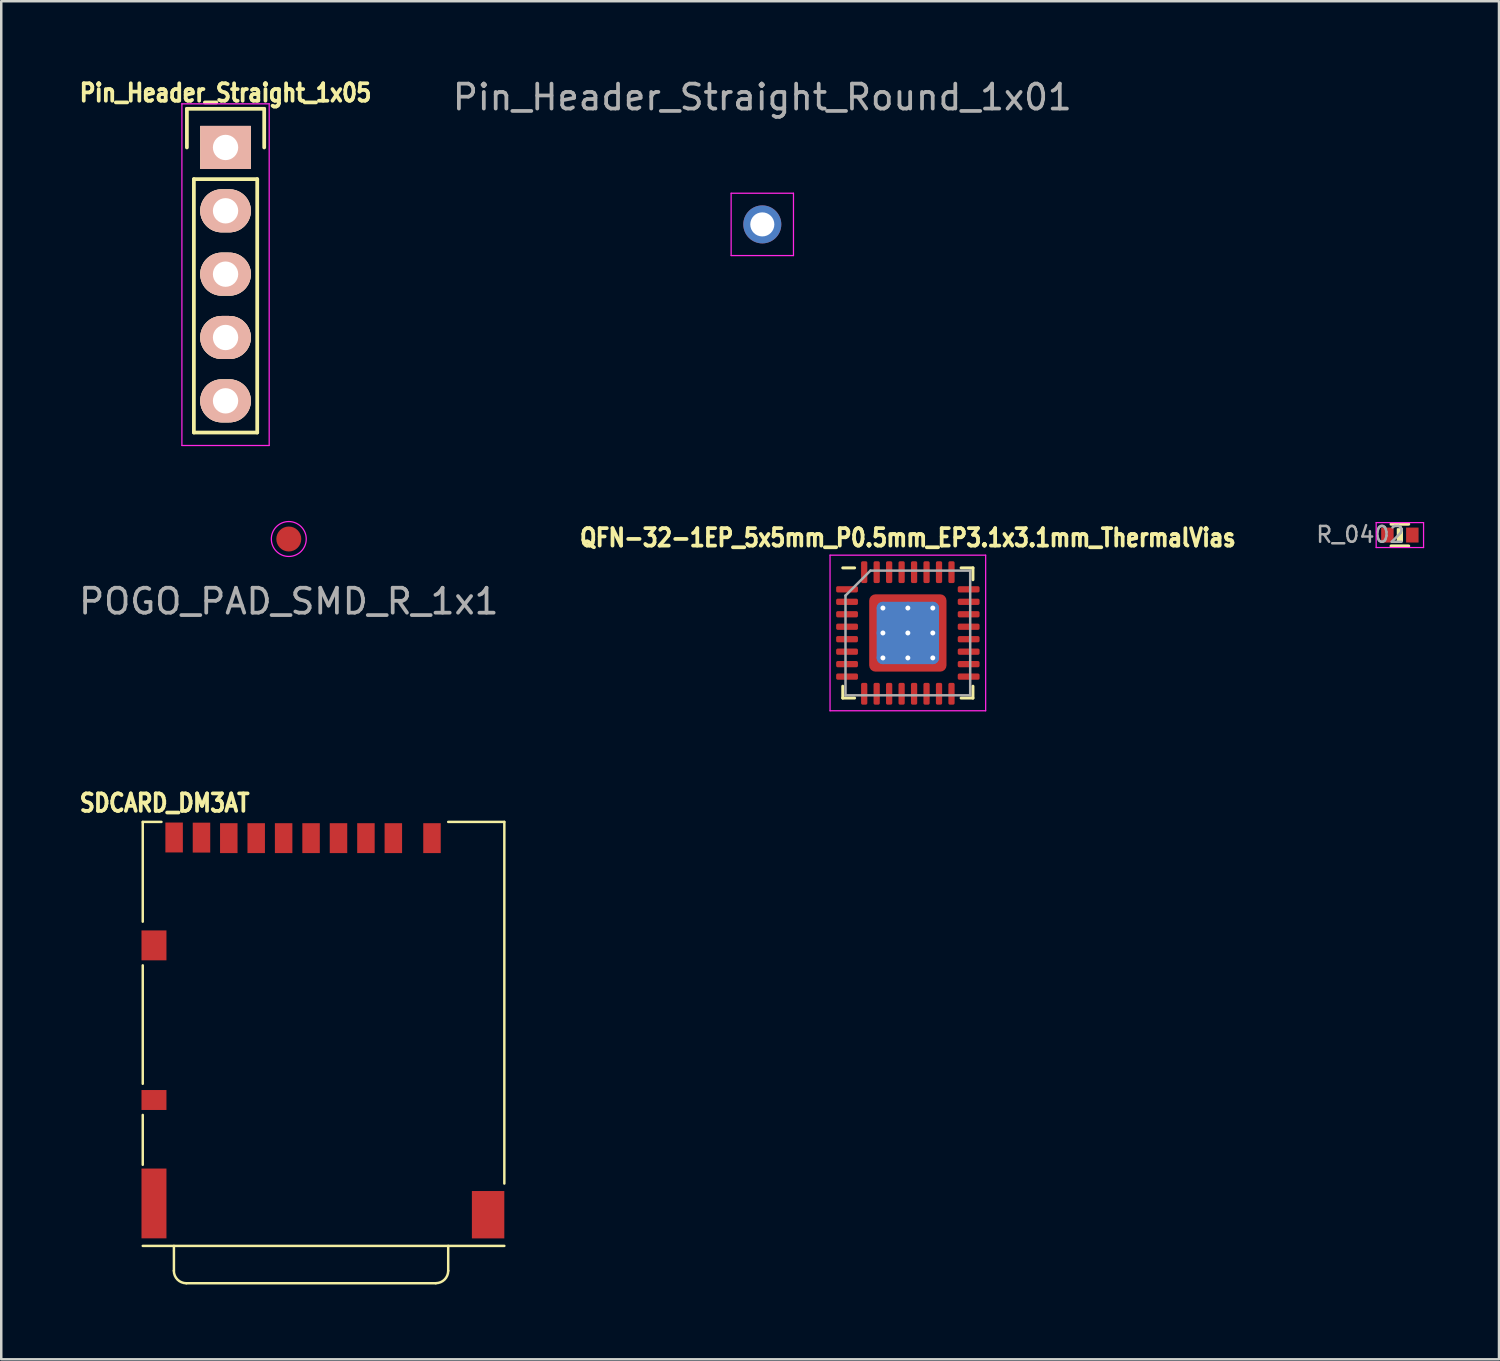
<source format=kicad_pcb>
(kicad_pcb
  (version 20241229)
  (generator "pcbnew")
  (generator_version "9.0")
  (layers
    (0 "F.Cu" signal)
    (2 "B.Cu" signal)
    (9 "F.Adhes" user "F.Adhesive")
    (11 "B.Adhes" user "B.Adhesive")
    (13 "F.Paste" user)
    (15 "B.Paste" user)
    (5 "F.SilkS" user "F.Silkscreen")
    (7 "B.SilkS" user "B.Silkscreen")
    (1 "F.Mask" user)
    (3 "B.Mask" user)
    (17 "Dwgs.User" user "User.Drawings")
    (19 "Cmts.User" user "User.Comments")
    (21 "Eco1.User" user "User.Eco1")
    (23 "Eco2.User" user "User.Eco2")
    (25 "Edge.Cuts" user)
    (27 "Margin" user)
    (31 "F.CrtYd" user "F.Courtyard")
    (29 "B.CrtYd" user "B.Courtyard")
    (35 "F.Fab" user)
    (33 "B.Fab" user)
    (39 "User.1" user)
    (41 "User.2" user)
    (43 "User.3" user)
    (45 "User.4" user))
  (footprint "Pin_Header_Straight_Round_1x01"
    (layer "F.Cu")
    (at 27.517 5.948)
    (property "Reference" "Pin_Header_Straight_Round_1x01" (at 0 -5.1 0) (layer "F.Fab") (effects (font (size 1 1) (thickness 0.15))))
    (attr through_hole)
    (fp_line (start -1.25 -1.25) (end -1.25 1.25) (stroke (width 0.05) (type solid)) (layer "F.CrtYd"))
    (fp_line (start -1.25 -1.25) (end 1.25 -1.25) (stroke (width 0.05) (type solid)) (layer "F.CrtYd"))
    (fp_line (start -1.25 1.25) (end 1.25 1.25) (stroke (width 0.05) (type solid)) (layer "F.CrtYd"))
    (fp_line (start 1.25 -1.25) (end 1.25 1.25) (stroke (width 0.05) (type solid)) (layer "F.CrtYd"))
    (pad "1" thru_hole circle (at 0 0) (size 1.524 1.524) (drill 0.965) (layers "*.Cu" "*.Mask")))
  (footprint "POGO_PAD_SMD_R_1x1"
    (layer "F.Cu")
    (at 8.53 18.563)
    (property "Reference" "POGO_PAD_SMD_R_1x1" (at 0 2.5 0) (layer "F.Fab") (effects (font (size 1 1) (thickness 0.15))))
    (attr through_hole)
    (fp_circle (center 0 0) (end 0.7 0) (stroke (width 0.05) (type solid)) (fill no) (layer "F.CrtYd"))
    (pad "1" smd oval (at 0 0) (size 1 1) (layers "F.Cu" "F.Mask")))
  (footprint "SDCARD_DM3AT"
    (layer "F.Cu")
    (at 9.923 38.157)
    (property "Reference" "SDCARD_DM3AT" (at -6.372 -9.009 180) (layer "F.SilkS") (effects (font (size 0.7 0.6) (thickness 0.15))))
    (attr through_hole)
    (fp_line (start -7.249 -8.25) (end -7.249 -4.249) (stroke (width 0.099) (type solid)) (layer "F.SilkS"))
    (fp_line (start -7.249 -8.25) (end -6.499 -8.25) (stroke (width 0.099) (type solid)) (layer "F.SilkS"))
    (fp_line (start -7.249 -2.499) (end -7.249 2.251) (stroke (width 0.099) (type solid)) (layer "F.SilkS"))
    (fp_line (start -7.249 5.499) (end -7.249 3.5) (stroke (width 0.099) (type solid)) (layer "F.SilkS"))
    (fp_line (start -5.999 9.749) (end -5.999 8.751) (stroke (width 0.099) (type solid)) (layer "F.SilkS"))
    (fp_line (start -5.501 10.249) (end 4.501 10.249) (stroke (width 0.099) (type solid)) (layer "F.SilkS"))
    (fp_line (start 4.999 -8.25) (end 7.25 -8.25) (stroke (width 0.099) (type solid)) (layer "F.SilkS"))
    (fp_line (start 4.999 9.749) (end 4.999 8.751) (stroke (width 0.099) (type solid)) (layer "F.SilkS"))
    (fp_line (start 7.25 -8.25) (end 7.25 6.251) (stroke (width 0.099) (type solid)) (layer "F.SilkS"))
    (fp_line (start 7.25 8.751) (end -7.249 8.751) (stroke (width 0.099) (type solid)) (layer "F.SilkS"))
    (fp_arc (start -5.50126 10.24914) (mid -5.855082 10.102582) (end -6.00164 9.74876) (stroke (width 0.09906) (type solid)) (layer "F.SilkS"))
    (fp_arc (start 4.9991 9.74876) (mid 4.853286 10.100786) (end 4.50126 10.2466) (stroke (width 0.09906) (type solid)) (layer "F.SilkS"))
    (pad "" smd rect (at -6.799 -3.299) (size 1.001 1.199) (layers "F.Cu" "F.Mask" "F.Paste"))
    (pad "" smd rect (at -6.799 7.049 90) (size 2.799 1.001) (layers "F.Cu" "F.Mask" "F.Paste"))
    (pad "" smd rect (at 6.599 7.501 90) (size 1.9 1.3) (layers "F.Cu" "F.Mask" "F.Paste"))
    (pad "1" smd rect (at 1.7 -7.599) (size 0.701 1.199) (layers "F.Cu" "F.Mask" "F.Paste"))
    (pad "2" smd rect (at 0.6 -7.599) (size 0.701 1.199) (layers "F.Cu" "F.Mask" "F.Paste"))
    (pad "3" smd rect (at 4.349 -7.599) (size 0.701 1.199) (layers "F.Cu" "F.Mask" "F.Paste"))
    (pad "4" smd rect (at -0.5 -7.599) (size 0.701 1.199) (layers "F.Cu" "F.Mask" "F.Paste"))
    (pad "5" smd rect (at -1.6 -7.599) (size 0.701 1.199) (layers "F.Cu" "F.Mask" "F.Paste"))
    (pad "6" smd rect (at -2.7 -7.599) (size 0.701 1.199) (layers "F.Cu" "F.Mask" "F.Paste"))
    (pad "7" smd rect (at -3.799 -7.599) (size 0.701 1.199) (layers "F.Cu" "F.Mask" "F.Paste"))
    (pad "8" smd rect (at -4.894 -7.62) (size 0.701 1.199) (layers "F.Cu" "F.Mask" "F.Paste"))
    (pad "9" smd rect (at 2.799 -7.599) (size 0.701 1.199) (layers "F.Cu" "F.Mask" "F.Paste"))
    (pad "10" smd rect (at -5.991 -7.625) (size 0.701 1.199) (layers "F.Cu" "F.Mask" "F.Paste"))
    (pad "11" smd rect (at -6.799 2.901 90) (size 0.8 1.001) (layers "F.Cu" "F.Mask" "F.Paste")))
  (footprint "R_0402"
    (layer "F.Cu")
    (at 53.082 18.405)
    (property "Reference" "R_0402" (at -1.58 -0.02 0) (layer "F.Fab") (effects (font (size 0.635 0.635) (thickness 0.1))))
    (attr smd)
    (fp_line (start -0.35 -0.44) (end 0.35 -0.44) (stroke (width 0.13) (type solid)) (layer "F.SilkS"))
    (fp_line (start 0.35 0.44) (end -0.35 0.44) (stroke (width 0.13) (type solid)) (layer "F.SilkS"))
    (fp_poly (pts (xy -0.1 0.25) (xy -0.1 -0.25) (xy 0.1 -0.25) (xy 0.1 0.25) (xy -0.1 0.25)) (stroke (width 0.05) (type solid)) (fill yes) (layer "F.SilkS"))
    (fp_line (start -0.95 -0.5) (end -0.95 0.5) (stroke (width 0.05) (type solid)) (layer "F.CrtYd"))
    (fp_line (start -0.95 -0.5) (end 0.95 -0.5) (stroke (width 0.05) (type solid)) (layer "F.CrtYd"))
    (fp_line (start -0.95 0.5) (end 0.95 0.5) (stroke (width 0.05) (type solid)) (layer "F.CrtYd"))
    (fp_line (start 0.95 -0.5) (end 0.95 0.5) (stroke (width 0.05) (type solid)) (layer "F.CrtYd"))
    (pad "1" smd rect (at -0.5 0) (size 0.5 0.6) (layers "F.Cu" "F.Mask" "F.Paste"))
    (pad "2" smd rect (at 0.5 0) (size 0.5 0.6) (layers "F.Cu" "F.Mask" "F.Paste")))
  (footprint "Pin_Header_Straight_1x05"
    (layer "F.Cu")
    (at 5.994 2.863)
    (property "Reference" "Pin_Header_Straight_1x05" (at 0 -2.19 180) (layer "F.SilkS") (effects (font (size 0.7 0.6) (thickness 0.15))))
    (attr through_hole)
    (fp_line (start -1.55 -1.55) (end 1.55 -1.55) (stroke (width 0.15) (type solid)) (layer "F.SilkS"))
    (fp_line (start -1.55 0) (end -1.55 -1.55) (stroke (width 0.15) (type solid)) (layer "F.SilkS"))
    (fp_line (start -1.27 11.43) (end -1.27 1.27) (stroke (width 0.15) (type solid)) (layer "F.SilkS"))
    (fp_line (start 1.27 1.27) (end -1.27 1.27) (stroke (width 0.15) (type solid)) (layer "F.SilkS"))
    (fp_line (start 1.27 1.27) (end 1.27 11.43) (stroke (width 0.15) (type solid)) (layer "F.SilkS"))
    (fp_line (start 1.27 11.43) (end -1.27 11.43) (stroke (width 0.15) (type solid)) (layer "F.SilkS"))
    (fp_line (start 1.55 -1.55) (end 1.55 0) (stroke (width 0.15) (type solid)) (layer "F.SilkS"))
    (fp_line (start -1.75 -1.75) (end -1.75 11.95) (stroke (width 0.05) (type solid)) (layer "F.CrtYd"))
    (fp_line (start -1.75 -1.75) (end 1.75 -1.75) (stroke (width 0.05) (type solid)) (layer "F.CrtYd"))
    (fp_line (start -1.75 11.95) (end 1.75 11.95) (stroke (width 0.05) (type solid)) (layer "F.CrtYd"))
    (fp_line (start 1.75 -1.75) (end 1.75 11.95) (stroke (width 0.05) (type solid)) (layer "F.CrtYd"))
    (pad "1" thru_hole rect (at 0 0) (size 2.032 1.727) (drill 1.016) (layers "*.Cu" "*.SilkS" "*.Mask"))
    (pad "2" thru_hole oval (at 0 2.54) (size 2.032 1.727) (drill 1.016) (layers "*.Cu" "*.SilkS" "*.Mask"))
    (pad "3" thru_hole oval (at 0 5.08) (size 2.032 1.727) (drill 1.016) (layers "*.Cu" "*.SilkS" "*.Mask"))
    (pad "4" thru_hole oval (at 0 7.62) (size 2.032 1.727) (drill 1.016) (layers "*.Cu" "*.SilkS" "*.Mask"))
    (pad "5" thru_hole oval (at 0 10.16) (size 2.032 1.727) (drill 1.016) (layers "*.Cu" "*.SilkS" "*.Mask")))
  (footprint "QFN-32-1EP_5x5mm_P0.5mm_EP3.1x3.1mm_ThermalVias"
    (layer "F.Cu")
    (at 33.353 22.331)
    (property "Reference" "QFN-32-1EP_5x5mm_P0.5mm_EP3.1x3.1mm_ThermalVias" (at 0 -3.82 0) (layer "F.SilkS") (effects (font (size 0.7 0.6) (thickness 0.15))))
    (attr smd)
    (fp_line (start -2.61 2.61) (end -2.61 2.135) (stroke (width 0.12) (type solid)) (layer "F.SilkS"))
    (fp_line (start -2.135 -2.61) (end -2.61 -2.61) (stroke (width 0.12) (type solid)) (layer "F.SilkS"))
    (fp_line (start -2.135 2.61) (end -2.61 2.61) (stroke (width 0.12) (type solid)) (layer "F.SilkS"))
    (fp_line (start 2.135 -2.61) (end 2.61 -2.61) (stroke (width 0.12) (type solid)) (layer "F.SilkS"))
    (fp_line (start 2.135 2.61) (end 2.61 2.61) (stroke (width 0.12) (type solid)) (layer "F.SilkS"))
    (fp_line (start 2.61 -2.61) (end 2.61 -2.135) (stroke (width 0.12) (type solid)) (layer "F.SilkS"))
    (fp_line (start 2.61 2.61) (end 2.61 2.135) (stroke (width 0.12) (type solid)) (layer "F.SilkS"))
    (fp_line (start -3.12 -3.12) (end -3.12 3.12) (stroke (width 0.05) (type solid)) (layer "F.CrtYd"))
    (fp_line (start -3.12 3.12) (end 3.12 3.12) (stroke (width 0.05) (type solid)) (layer "F.CrtYd"))
    (fp_line (start 3.12 -3.12) (end -3.12 -3.12) (stroke (width 0.05) (type solid)) (layer "F.CrtYd"))
    (fp_line (start 3.12 3.12) (end 3.12 -3.12) (stroke (width 0.05) (type solid)) (layer "F.CrtYd"))
    (fp_line (start -2.5 -1.5) (end -1.5 -2.5) (stroke (width 0.1) (type solid)) (layer "F.Fab"))
    (fp_line (start -2.5 2.5) (end -2.5 -1.5) (stroke (width 0.1) (type solid)) (layer "F.Fab"))
    (fp_line (start -1.5 -2.5) (end 2.5 -2.5) (stroke (width 0.1) (type solid)) (layer "F.Fab"))
    (fp_line (start 2.5 -2.5) (end 2.5 2.5) (stroke (width 0.1) (type solid)) (layer "F.Fab"))
    (fp_line (start 2.5 2.5) (end -2.5 2.5) (stroke (width 0.1) (type solid)) (layer "F.Fab"))
    (pad "" smd custom (at -1.275 -1.275) (size 0.319 0.319) (layers "F.Paste") (options (anchor circle)) (primitives (gr_poly (pts (xy -0.222 -0.222) (xy 0.222 -0.222) (xy 0.222 0.045) (xy 0.045 0.222) (xy -0.222 0.222)) (width 0) (fill yes))))
    (pad "" smd custom (at -1.275 -0.5) (size 0.35 0.35) (layers "F.Paste") (options (anchor circle)) (primitives (gr_poly (pts (xy -0.222 -0.403) (xy 0.089 -0.403) (xy 0.222 -0.27) (xy 0.222 0.27) (xy 0.089 0.403) (xy -0.222 0.403)) (width 0) (fill yes))))
    (pad "" smd custom (at -1.275 0.5) (size 0.35 0.35) (layers "F.Paste") (options (anchor circle)) (primitives (gr_poly (pts (xy -0.222 -0.403) (xy 0.089 -0.403) (xy 0.222 -0.27) (xy 0.222 0.27) (xy 0.089 0.403) (xy -0.222 0.403)) (width 0) (fill yes))))
    (pad "" smd custom (at -1.275 1.275) (size 0.319 0.319) (layers "F.Paste") (options (anchor circle)) (primitives (gr_poly (pts (xy -0.222 -0.222) (xy 0.045 -0.222) (xy 0.222 -0.045) (xy 0.222 0.222) (xy -0.222 0.222)) (width 0) (fill yes))))
    (pad "" smd custom (at -0.5 -1.275) (size 0.35 0.35) (layers "F.Paste") (options (anchor circle)) (primitives (gr_poly (pts (xy -0.403 -0.222) (xy 0.403 -0.222) (xy 0.403 0.089) (xy 0.27 0.222) (xy -0.27 0.222) (xy -0.403 0.089)) (width 0) (fill yes))))
    (pad "" smd roundrect (at -0.5 -0.5) (size 0.806 0.806) (layers "F.Paste") (roundrect_rratio 0.25))
    (pad "" smd roundrect (at -0.5 0.5) (size 0.806 0.806) (layers "F.Paste") (roundrect_rratio 0.25))
    (pad "" smd custom (at -0.5 1.275) (size 0.35 0.35) (layers "F.Paste") (options (anchor circle)) (primitives (gr_poly (pts (xy -0.403 -0.089) (xy -0.27 -0.222) (xy 0.27 -0.222) (xy 0.403 -0.089) (xy 0.403 0.222) (xy -0.403 0.222)) (width 0) (fill yes))))
    (pad "" smd custom (at 0.5 -1.275) (size 0.35 0.35) (layers "F.Paste") (options (anchor circle)) (primitives (gr_poly (pts (xy -0.403 -0.222) (xy 0.403 -0.222) (xy 0.403 0.089) (xy 0.27 0.222) (xy -0.27 0.222) (xy -0.403 0.089)) (width 0) (fill yes))))
    (pad "" smd roundrect (at 0.5 -0.5) (size 0.806 0.806) (layers "F.Paste") (roundrect_rratio 0.25))
    (pad "" smd roundrect (at 0.5 0.5) (size 0.806 0.806) (layers "F.Paste") (roundrect_rratio 0.25))
    (pad "" smd custom (at 0.5 1.275) (size 0.35 0.35) (layers "F.Paste") (options (anchor circle)) (primitives (gr_poly (pts (xy -0.403 -0.089) (xy -0.27 -0.222) (xy 0.27 -0.222) (xy 0.403 -0.089) (xy 0.403 0.222) (xy -0.403 0.222)) (width 0) (fill yes))))
    (pad "" smd custom (at 1.275 -1.275) (size 0.319 0.319) (layers "F.Paste") (options (anchor circle)) (primitives (gr_poly (pts (xy -0.222 -0.222) (xy 0.222 -0.222) (xy 0.222 0.222) (xy -0.045 0.222) (xy -0.222 0.045)) (width 0) (fill yes))))
    (pad "" smd custom (at 1.275 -0.5) (size 0.35 0.35) (layers "F.Paste") (options (anchor circle)) (primitives (gr_poly (pts (xy -0.222 -0.27) (xy -0.089 -0.403) (xy 0.222 -0.403) (xy 0.222 0.403) (xy -0.089 0.403) (xy -0.222 0.27)) (width 0) (fill yes))))
    (pad "" smd custom (at 1.275 0.5) (size 0.35 0.35) (layers "F.Paste") (options (anchor circle)) (primitives (gr_poly (pts (xy -0.222 -0.27) (xy -0.089 -0.403) (xy 0.222 -0.403) (xy 0.222 0.403) (xy -0.089 0.403) (xy -0.222 0.27)) (width 0) (fill yes))))
    (pad "" smd custom (at 1.275 1.275) (size 0.319 0.319) (layers "F.Paste") (options (anchor circle)) (primitives (gr_poly (pts (xy -0.222 -0.045) (xy -0.045 -0.222) (xy 0.222 -0.222) (xy 0.222 0.222) (xy -0.222 0.222)) (width 0) (fill yes))))
    (pad "1" smd roundrect (at -2.438 -1.75) (size 0.875 0.25) (layers "F.Cu" "F.Mask" "F.Paste") (roundrect_rratio 0.25))
    (pad "2" smd roundrect (at -2.438 -1.25) (size 0.875 0.25) (layers "F.Cu" "F.Mask" "F.Paste") (roundrect_rratio 0.25))
    (pad "3" smd roundrect (at -2.438 -0.75) (size 0.875 0.25) (layers "F.Cu" "F.Mask" "F.Paste") (roundrect_rratio 0.25))
    (pad "4" smd roundrect (at -2.438 -0.25) (size 0.875 0.25) (layers "F.Cu" "F.Mask" "F.Paste") (roundrect_rratio 0.25))
    (pad "5" smd roundrect (at -2.438 0.25) (size 0.875 0.25) (layers "F.Cu" "F.Mask" "F.Paste") (roundrect_rratio 0.25))
    (pad "6" smd roundrect (at -2.438 0.75) (size 0.875 0.25) (layers "F.Cu" "F.Mask" "F.Paste") (roundrect_rratio 0.25))
    (pad "7" smd roundrect (at -2.438 1.25) (size 0.875 0.25) (layers "F.Cu" "F.Mask" "F.Paste") (roundrect_rratio 0.25))
    (pad "8" smd roundrect (at -2.438 1.75) (size 0.875 0.25) (layers "F.Cu" "F.Mask" "F.Paste") (roundrect_rratio 0.25))
    (pad "9" smd roundrect (at -1.75 2.438) (size 0.25 0.875) (layers "F.Cu" "F.Mask" "F.Paste") (roundrect_rratio 0.25))
    (pad "10" smd roundrect (at -1.25 2.438) (size 0.25 0.875) (layers "F.Cu" "F.Mask" "F.Paste") (roundrect_rratio 0.25))
    (pad "11" smd roundrect (at -0.75 2.438) (size 0.25 0.875) (layers "F.Cu" "F.Mask" "F.Paste") (roundrect_rratio 0.25))
    (pad "12" smd roundrect (at -0.25 2.438) (size 0.25 0.875) (layers "F.Cu" "F.Mask" "F.Paste") (roundrect_rratio 0.25))
    (pad "13" smd roundrect (at 0.25 2.438) (size 0.25 0.875) (layers "F.Cu" "F.Mask" "F.Paste") (roundrect_rratio 0.25))
    (pad "14" smd roundrect (at 0.75 2.438) (size 0.25 0.875) (layers "F.Cu" "F.Mask" "F.Paste") (roundrect_rratio 0.25))
    (pad "15" smd roundrect (at 1.25 2.438) (size 0.25 0.875) (layers "F.Cu" "F.Mask" "F.Paste") (roundrect_rratio 0.25))
    (pad "16" smd roundrect (at 1.75 2.438) (size 0.25 0.875) (layers "F.Cu" "F.Mask" "F.Paste") (roundrect_rratio 0.25))
    (pad "17" smd roundrect (at 2.438 1.75) (size 0.875 0.25) (layers "F.Cu" "F.Mask" "F.Paste") (roundrect_rratio 0.25))
    (pad "18" smd roundrect (at 2.438 1.25) (size 0.875 0.25) (layers "F.Cu" "F.Mask" "F.Paste") (roundrect_rratio 0.25))
    (pad "19" smd roundrect (at 2.438 0.75) (size 0.875 0.25) (layers "F.Cu" "F.Mask" "F.Paste") (roundrect_rratio 0.25))
    (pad "20" smd roundrect (at 2.438 0.25) (size 0.875 0.25) (layers "F.Cu" "F.Mask" "F.Paste") (roundrect_rratio 0.25))
    (pad "21" smd roundrect (at 2.438 -0.25) (size 0.875 0.25) (layers "F.Cu" "F.Mask" "F.Paste") (roundrect_rratio 0.25))
    (pad "22" smd roundrect (at 2.438 -0.75) (size 0.875 0.25) (layers "F.Cu" "F.Mask" "F.Paste") (roundrect_rratio 0.25))
    (pad "23" smd roundrect (at 2.438 -1.25) (size 0.875 0.25) (layers "F.Cu" "F.Mask" "F.Paste") (roundrect_rratio 0.25))
    (pad "24" smd roundrect (at 2.438 -1.75) (size 0.875 0.25) (layers "F.Cu" "F.Mask" "F.Paste") (roundrect_rratio 0.25))
    (pad "25" smd roundrect (at 1.75 -2.438) (size 0.25 0.875) (layers "F.Cu" "F.Mask" "F.Paste") (roundrect_rratio 0.25))
    (pad "26" smd roundrect (at 1.25 -2.438) (size 0.25 0.875) (layers "F.Cu" "F.Mask" "F.Paste") (roundrect_rratio 0.25))
    (pad "27" smd roundrect (at 0.75 -2.438) (size 0.25 0.875) (layers "F.Cu" "F.Mask" "F.Paste") (roundrect_rratio 0.25))
    (pad "28" smd roundrect (at 0.25 -2.438) (size 0.25 0.875) (layers "F.Cu" "F.Mask" "F.Paste") (roundrect_rratio 0.25))
    (pad "29" smd roundrect (at -0.25 -2.438) (size 0.25 0.875) (layers "F.Cu" "F.Mask" "F.Paste") (roundrect_rratio 0.25))
    (pad "30" smd roundrect (at -0.75 -2.438) (size 0.25 0.875) (layers "F.Cu" "F.Mask" "F.Paste") (roundrect_rratio 0.25))
    (pad "31" smd roundrect (at -1.25 -2.438) (size 0.25 0.875) (layers "F.Cu" "F.Mask" "F.Paste") (roundrect_rratio 0.25))
    (pad "32" smd roundrect (at -1.75 -2.438) (size 0.25 0.875) (layers "F.Cu" "F.Mask" "F.Paste") (roundrect_rratio 0.25))
    (pad "33" thru_hole circle (at -1 -1) (size 0.5 0.5) (drill 0.2) (layers "*.Cu"))
    (pad "33" thru_hole circle (at -1 0) (size 0.5 0.5) (drill 0.2) (layers "*.Cu"))
    (pad "33" thru_hole circle (at -1 1) (size 0.5 0.5) (drill 0.2) (layers "*.Cu"))
    (pad "33" thru_hole circle (at 0 -1) (size 0.5 0.5) (drill 0.2) (layers "*.Cu"))
    (pad "33" thru_hole circle (at 0 0) (size 0.5 0.5) (drill 0.2) (layers "*.Cu"))
    (pad "33" smd roundrect (at 0 0) (size 2.5 2.5) (layers "B.Cu") (roundrect_rratio 0.1))
    (pad "33" smd roundrect (at 0 0) (size 3.1 3.1) (layers "F.Cu" "F.Mask") (roundrect_rratio 0.081))
    (pad "33" thru_hole circle (at 0 1) (size 0.5 0.5) (drill 0.2) (layers "*.Cu"))
    (pad "33" thru_hole circle (at 1 -1) (size 0.5 0.5) (drill 0.2) (layers "*.Cu"))
    (pad "33" thru_hole circle (at 1 0) (size 0.5 0.5) (drill 0.2) (layers "*.Cu"))
    (pad "33" thru_hole circle (at 1 1) (size 0.5 0.5) (drill 0.2) (layers "*.Cu")))
  (gr_rect
    (start -3 -3)
    (end 57.057 51.456)
    (stroke (width 0.1) (type default))
    (fill no)
    (layer "Edge.Cuts")))
</source>
